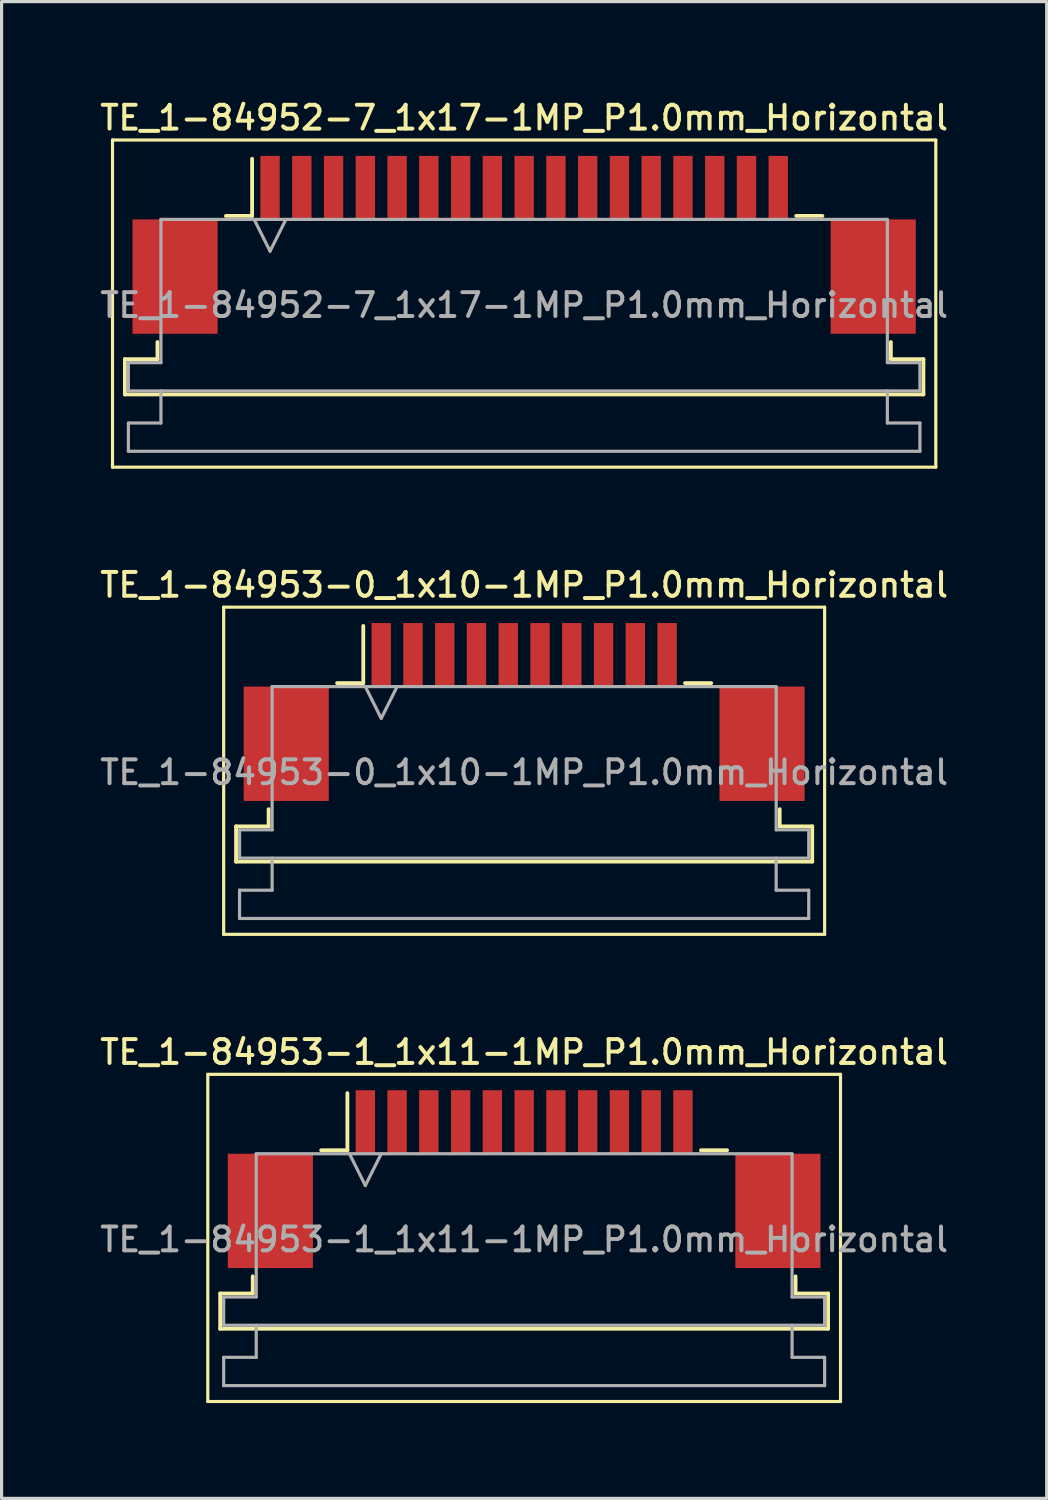
<source format=kicad_pcb>
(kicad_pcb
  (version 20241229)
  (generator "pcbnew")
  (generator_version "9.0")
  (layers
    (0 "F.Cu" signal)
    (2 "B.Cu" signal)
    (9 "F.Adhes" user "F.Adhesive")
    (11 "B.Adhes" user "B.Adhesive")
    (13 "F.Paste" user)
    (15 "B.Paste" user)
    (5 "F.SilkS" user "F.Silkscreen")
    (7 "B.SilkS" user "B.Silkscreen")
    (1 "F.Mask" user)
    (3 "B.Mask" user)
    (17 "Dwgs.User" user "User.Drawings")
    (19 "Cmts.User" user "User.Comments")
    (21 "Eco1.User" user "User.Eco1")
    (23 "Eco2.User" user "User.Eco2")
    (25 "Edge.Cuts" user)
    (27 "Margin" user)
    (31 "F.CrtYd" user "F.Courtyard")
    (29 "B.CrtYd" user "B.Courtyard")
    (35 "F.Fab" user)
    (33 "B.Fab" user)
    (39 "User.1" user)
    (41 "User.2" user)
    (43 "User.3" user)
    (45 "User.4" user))
  (footprint "TE_1-84952-7_1x17-1MP_P1.0mm_Horizontal"
    (layer "F.Cu")
    (at 13.452 4.658)
    (property "Reference" "TE_1-84952-7_1x17-1MP_P1.0mm_Horizontal" (at 0 -4 0) (layer "F.SilkS") (effects (font (size 0.75 0.75) (thickness 0.125))))
    (attr smd)
    (fp_line (start -12.96 -3.3) (end -12.96 7) (stroke (width 0.1) (type solid)) (layer "F.SilkS"))
    (fp_line (start -12.96 7) (end 12.96 7) (stroke (width 0.1) (type solid)) (layer "F.SilkS"))
    (fp_line (start -12.57 3.6) (end -11.545 3.6) (stroke (width 0.12) (type solid)) (layer "F.SilkS"))
    (fp_line (start -12.57 4.71) (end -12.57 3.6) (stroke (width 0.12) (type solid)) (layer "F.SilkS"))
    (fp_line (start -11.545 3.6) (end -11.545 3.06) (stroke (width 0.12) (type solid)) (layer "F.SilkS"))
    (fp_line (start -9.39 -0.91) (end -8.565 -0.91) (stroke (width 0.12) (type solid)) (layer "F.SilkS"))
    (fp_line (start -8.565 -0.91) (end -8.565 -2.71) (stroke (width 0.12) (type solid)) (layer "F.SilkS"))
    (fp_line (start 8.565 -0.91) (end 9.39 -0.91) (stroke (width 0.12) (type solid)) (layer "F.SilkS"))
    (fp_line (start 11.545 3.06) (end 11.545 3.6) (stroke (width 0.12) (type solid)) (layer "F.SilkS"))
    (fp_line (start 11.545 3.6) (end 12.57 3.6) (stroke (width 0.12) (type solid)) (layer "F.SilkS"))
    (fp_line (start 12.57 3.6) (end 12.57 4.71) (stroke (width 0.12) (type solid)) (layer "F.SilkS"))
    (fp_line (start 12.57 4.71) (end -12.57 4.71) (stroke (width 0.12) (type solid)) (layer "F.SilkS"))
    (fp_line (start 12.96 -3.3) (end -12.96 -3.3) (stroke (width 0.1) (type solid)) (layer "F.SilkS"))
    (fp_line (start 12.96 7) (end 12.96 -3.3) (stroke (width 0.1) (type solid)) (layer "F.SilkS"))
    (fp_line (start -12.46 3.71) (end -11.435 3.71) (stroke (width 0.1) (type solid)) (layer "F.Fab"))
    (fp_line (start -12.46 4.6) (end -12.46 3.71) (stroke (width 0.1) (type solid)) (layer "F.Fab"))
    (fp_line (start -12.46 5.61) (end -11.435 5.61) (stroke (width 0.1) (type solid)) (layer "F.Fab"))
    (fp_line (start -12.46 6.5) (end -12.46 5.61) (stroke (width 0.1) (type solid)) (layer "F.Fab"))
    (fp_line (start -11.435 -0.8) (end 11.435 -0.8) (stroke (width 0.1) (type solid)) (layer "F.Fab"))
    (fp_line (start -11.435 3.71) (end -11.435 -0.8) (stroke (width 0.1) (type solid)) (layer "F.Fab"))
    (fp_line (start -11.435 5.61) (end -11.435 4.6) (stroke (width 0.1) (type solid)) (layer "F.Fab"))
    (fp_line (start -8.5 -0.8) (end -8 0.2) (stroke (width 0.1) (type solid)) (layer "F.Fab"))
    (fp_line (start -8 0.2) (end -7.5 -0.8) (stroke (width 0.1) (type solid)) (layer "F.Fab"))
    (fp_line (start 11.435 -0.8) (end 11.435 3.71) (stroke (width 0.1) (type solid)) (layer "F.Fab"))
    (fp_line (start 11.435 3.71) (end 12.46 3.71) (stroke (width 0.1) (type solid)) (layer "F.Fab"))
    (fp_line (start 11.435 4.6) (end 11.435 5.61) (stroke (width 0.1) (type solid)) (layer "F.Fab"))
    (fp_line (start 11.435 5.61) (end 12.46 5.61) (stroke (width 0.1) (type solid)) (layer "F.Fab"))
    (fp_line (start 12.46 3.71) (end 12.46 4.6) (stroke (width 0.1) (type solid)) (layer "F.Fab"))
    (fp_line (start 12.46 4.6) (end -12.46 4.6) (stroke (width 0.1) (type solid)) (layer "F.Fab"))
    (fp_line (start 12.46 5.61) (end 12.46 6.5) (stroke (width 0.1) (type solid)) (layer "F.Fab"))
    (fp_line (start 12.46 6.5) (end -12.46 6.5) (stroke (width 0.1) (type solid)) (layer "F.Fab"))
    (fp_text user "${REFERENCE}" (at 0 1.9 0) (layer "F.Fab") (effects (font (size 0.75 0.75) (thickness 0.125))))
    (pad "1" smd rect (at -8 -1.8) (size 0.61 2) (layers "F.Cu" "F.Mask" "F.Paste"))
    (pad "2" smd rect (at -7 -1.8) (size 0.61 2) (layers "F.Cu" "F.Mask" "F.Paste"))
    (pad "3" smd rect (at -6 -1.8) (size 0.61 2) (layers "F.Cu" "F.Mask" "F.Paste"))
    (pad "4" smd rect (at -5 -1.8) (size 0.61 2) (layers "F.Cu" "F.Mask" "F.Paste"))
    (pad "5" smd rect (at -4 -1.8) (size 0.61 2) (layers "F.Cu" "F.Mask" "F.Paste"))
    (pad "6" smd rect (at -3 -1.8) (size 0.61 2) (layers "F.Cu" "F.Mask" "F.Paste"))
    (pad "7" smd rect (at -2 -1.8) (size 0.61 2) (layers "F.Cu" "F.Mask" "F.Paste"))
    (pad "8" smd rect (at -1 -1.8) (size 0.61 2) (layers "F.Cu" "F.Mask" "F.Paste"))
    (pad "9" smd rect (at 0 -1.8) (size 0.61 2) (layers "F.Cu" "F.Mask" "F.Paste"))
    (pad "10" smd rect (at 1 -1.8) (size 0.61 2) (layers "F.Cu" "F.Mask" "F.Paste"))
    (pad "11" smd rect (at 2 -1.8) (size 0.61 2) (layers "F.Cu" "F.Mask" "F.Paste"))
    (pad "12" smd rect (at 3 -1.8) (size 0.61 2) (layers "F.Cu" "F.Mask" "F.Paste"))
    (pad "13" smd rect (at 4 -1.8) (size 0.61 2) (layers "F.Cu" "F.Mask" "F.Paste"))
    (pad "14" smd rect (at 5 -1.8) (size 0.61 2) (layers "F.Cu" "F.Mask" "F.Paste"))
    (pad "15" smd rect (at 6 -1.8) (size 0.61 2) (layers "F.Cu" "F.Mask" "F.Paste"))
    (pad "16" smd rect (at 7 -1.8) (size 0.61 2) (layers "F.Cu" "F.Mask" "F.Paste"))
    (pad "17" smd rect (at 8 -1.8) (size 0.61 2) (layers "F.Cu" "F.Mask" "F.Paste"))
    (pad "MP" smd rect (at -10.99 1) (size 2.68 3.6) (layers "F.Cu" "F.Mask" "F.Paste"))
    (pad "MP" smd rect (at 10.99 1) (size 2.68 3.6) (layers "F.Cu" "F.Mask" "F.Paste")))
  (footprint "TE_1-84953-1_1x11-1MP_P1.0mm_Horizontal"
    (layer "F.Cu")
    (at 13.452 34.074)
    (property "Reference" "TE_1-84953-1_1x11-1MP_P1.0mm_Horizontal" (at 0 -4 0) (layer "F.SilkS") (effects (font (size 0.75 0.75) (thickness 0.125))))
    (attr smd)
    (fp_line (start -9.96 -3.3) (end -9.96 7) (stroke (width 0.1) (type solid)) (layer "F.SilkS"))
    (fp_line (start -9.96 7) (end 9.96 7) (stroke (width 0.1) (type solid)) (layer "F.SilkS"))
    (fp_line (start -9.57 3.6) (end -8.545 3.6) (stroke (width 0.12) (type solid)) (layer "F.SilkS"))
    (fp_line (start -9.57 4.71) (end -9.57 3.6) (stroke (width 0.12) (type solid)) (layer "F.SilkS"))
    (fp_line (start -8.545 3.6) (end -8.545 3.06) (stroke (width 0.12) (type solid)) (layer "F.SilkS"))
    (fp_line (start -6.39 -0.91) (end -5.565 -0.91) (stroke (width 0.12) (type solid)) (layer "F.SilkS"))
    (fp_line (start -5.565 -0.91) (end -5.565 -2.71) (stroke (width 0.12) (type solid)) (layer "F.SilkS"))
    (fp_line (start 5.565 -0.91) (end 6.39 -0.91) (stroke (width 0.12) (type solid)) (layer "F.SilkS"))
    (fp_line (start 8.545 3.06) (end 8.545 3.6) (stroke (width 0.12) (type solid)) (layer "F.SilkS"))
    (fp_line (start 8.545 3.6) (end 9.57 3.6) (stroke (width 0.12) (type solid)) (layer "F.SilkS"))
    (fp_line (start 9.57 3.6) (end 9.57 4.71) (stroke (width 0.12) (type solid)) (layer "F.SilkS"))
    (fp_line (start 9.57 4.71) (end -9.57 4.71) (stroke (width 0.12) (type solid)) (layer "F.SilkS"))
    (fp_line (start 9.96 -3.3) (end -9.96 -3.3) (stroke (width 0.1) (type solid)) (layer "F.SilkS"))
    (fp_line (start 9.96 7) (end 9.96 -3.3) (stroke (width 0.1) (type solid)) (layer "F.SilkS"))
    (fp_line (start -9.46 3.71) (end -8.435 3.71) (stroke (width 0.1) (type solid)) (layer "F.Fab"))
    (fp_line (start -9.46 4.6) (end -9.46 3.71) (stroke (width 0.1) (type solid)) (layer "F.Fab"))
    (fp_line (start -9.46 5.61) (end -8.435 5.61) (stroke (width 0.1) (type solid)) (layer "F.Fab"))
    (fp_line (start -9.46 6.5) (end -9.46 5.61) (stroke (width 0.1) (type solid)) (layer "F.Fab"))
    (fp_line (start -8.435 -0.8) (end 8.435 -0.8) (stroke (width 0.1) (type solid)) (layer "F.Fab"))
    (fp_line (start -8.435 3.71) (end -8.435 -0.8) (stroke (width 0.1) (type solid)) (layer "F.Fab"))
    (fp_line (start -8.435 5.61) (end -8.435 4.6) (stroke (width 0.1) (type solid)) (layer "F.Fab"))
    (fp_line (start -5.5 -0.8) (end -5 0.2) (stroke (width 0.1) (type solid)) (layer "F.Fab"))
    (fp_line (start -5 0.2) (end -4.5 -0.8) (stroke (width 0.1) (type solid)) (layer "F.Fab"))
    (fp_line (start 8.435 -0.8) (end 8.435 3.71) (stroke (width 0.1) (type solid)) (layer "F.Fab"))
    (fp_line (start 8.435 3.71) (end 9.46 3.71) (stroke (width 0.1) (type solid)) (layer "F.Fab"))
    (fp_line (start 8.435 4.6) (end 8.435 5.61) (stroke (width 0.1) (type solid)) (layer "F.Fab"))
    (fp_line (start 8.435 5.61) (end 9.46 5.61) (stroke (width 0.1) (type solid)) (layer "F.Fab"))
    (fp_line (start 9.46 3.71) (end 9.46 4.6) (stroke (width 0.1) (type solid)) (layer "F.Fab"))
    (fp_line (start 9.46 4.6) (end -9.46 4.6) (stroke (width 0.1) (type solid)) (layer "F.Fab"))
    (fp_line (start 9.46 5.61) (end 9.46 6.5) (stroke (width 0.1) (type solid)) (layer "F.Fab"))
    (fp_line (start 9.46 6.5) (end -9.46 6.5) (stroke (width 0.1) (type solid)) (layer "F.Fab"))
    (fp_text user "${REFERENCE}" (at 0 1.9 0) (layer "F.Fab") (effects (font (size 0.75 0.75) (thickness 0.125))))
    (pad "1" smd rect (at -5 -1.8) (size 0.61 2) (layers "F.Cu" "F.Mask" "F.Paste"))
    (pad "2" smd rect (at -4 -1.8) (size 0.61 2) (layers "F.Cu" "F.Mask" "F.Paste"))
    (pad "3" smd rect (at -3 -1.8) (size 0.61 2) (layers "F.Cu" "F.Mask" "F.Paste"))
    (pad "4" smd rect (at -2 -1.8) (size 0.61 2) (layers "F.Cu" "F.Mask" "F.Paste"))
    (pad "5" smd rect (at -1 -1.8) (size 0.61 2) (layers "F.Cu" "F.Mask" "F.Paste"))
    (pad "6" smd rect (at 0 -1.8) (size 0.61 2) (layers "F.Cu" "F.Mask" "F.Paste"))
    (pad "7" smd rect (at 1 -1.8) (size 0.61 2) (layers "F.Cu" "F.Mask" "F.Paste"))
    (pad "8" smd rect (at 2 -1.8) (size 0.61 2) (layers "F.Cu" "F.Mask" "F.Paste"))
    (pad "9" smd rect (at 3 -1.8) (size 0.61 2) (layers "F.Cu" "F.Mask" "F.Paste"))
    (pad "10" smd rect (at 4 -1.8) (size 0.61 2) (layers "F.Cu" "F.Mask" "F.Paste"))
    (pad "11" smd rect (at 5 -1.8) (size 0.61 2) (layers "F.Cu" "F.Mask" "F.Paste"))
    (pad "MP" smd rect (at -7.99 1) (size 2.68 3.6) (layers "F.Cu" "F.Mask" "F.Paste"))
    (pad "MP" smd rect (at 7.99 1) (size 2.68 3.6) (layers "F.Cu" "F.Mask" "F.Paste")))
  (footprint "TE_1-84953-0_1x10-1MP_P1.0mm_Horizontal"
    (layer "F.Cu")
    (at 13.452 19.366)
    (property "Reference" "TE_1-84953-0_1x10-1MP_P1.0mm_Horizontal" (at 0 -4 0) (layer "F.SilkS") (effects (font (size 0.75 0.75) (thickness 0.125))))
    (attr smd)
    (fp_line (start -9.46 -3.3) (end -9.46 7) (stroke (width 0.1) (type solid)) (layer "F.SilkS"))
    (fp_line (start -9.46 7) (end 9.46 7) (stroke (width 0.1) (type solid)) (layer "F.SilkS"))
    (fp_line (start -9.07 3.6) (end -8.045 3.6) (stroke (width 0.12) (type solid)) (layer "F.SilkS"))
    (fp_line (start -9.07 4.71) (end -9.07 3.6) (stroke (width 0.12) (type solid)) (layer "F.SilkS"))
    (fp_line (start -8.045 3.6) (end -8.045 3.06) (stroke (width 0.12) (type solid)) (layer "F.SilkS"))
    (fp_line (start -5.89 -0.91) (end -5.065 -0.91) (stroke (width 0.12) (type solid)) (layer "F.SilkS"))
    (fp_line (start -5.065 -0.91) (end -5.065 -2.71) (stroke (width 0.12) (type solid)) (layer "F.SilkS"))
    (fp_line (start 5.065 -0.91) (end 5.89 -0.91) (stroke (width 0.12) (type solid)) (layer "F.SilkS"))
    (fp_line (start 8.045 3.06) (end 8.045 3.6) (stroke (width 0.12) (type solid)) (layer "F.SilkS"))
    (fp_line (start 8.045 3.6) (end 9.07 3.6) (stroke (width 0.12) (type solid)) (layer "F.SilkS"))
    (fp_line (start 9.07 3.6) (end 9.07 4.71) (stroke (width 0.12) (type solid)) (layer "F.SilkS"))
    (fp_line (start 9.07 4.71) (end -9.07 4.71) (stroke (width 0.12) (type solid)) (layer "F.SilkS"))
    (fp_line (start 9.46 -3.3) (end -9.46 -3.3) (stroke (width 0.1) (type solid)) (layer "F.SilkS"))
    (fp_line (start 9.46 7) (end 9.46 -3.3) (stroke (width 0.1) (type solid)) (layer "F.SilkS"))
    (fp_line (start -8.96 3.71) (end -7.935 3.71) (stroke (width 0.1) (type solid)) (layer "F.Fab"))
    (fp_line (start -8.96 4.6) (end -8.96 3.71) (stroke (width 0.1) (type solid)) (layer "F.Fab"))
    (fp_line (start -8.96 5.61) (end -7.935 5.61) (stroke (width 0.1) (type solid)) (layer "F.Fab"))
    (fp_line (start -8.96 6.5) (end -8.96 5.61) (stroke (width 0.1) (type solid)) (layer "F.Fab"))
    (fp_line (start -7.935 -0.8) (end 7.935 -0.8) (stroke (width 0.1) (type solid)) (layer "F.Fab"))
    (fp_line (start -7.935 3.71) (end -7.935 -0.8) (stroke (width 0.1) (type solid)) (layer "F.Fab"))
    (fp_line (start -7.935 5.61) (end -7.935 4.6) (stroke (width 0.1) (type solid)) (layer "F.Fab"))
    (fp_line (start -5 -0.8) (end -4.5 0.2) (stroke (width 0.1) (type solid)) (layer "F.Fab"))
    (fp_line (start -4.5 0.2) (end -4 -0.8) (stroke (width 0.1) (type solid)) (layer "F.Fab"))
    (fp_line (start 7.935 -0.8) (end 7.935 3.71) (stroke (width 0.1) (type solid)) (layer "F.Fab"))
    (fp_line (start 7.935 3.71) (end 8.96 3.71) (stroke (width 0.1) (type solid)) (layer "F.Fab"))
    (fp_line (start 7.935 4.6) (end 7.935 5.61) (stroke (width 0.1) (type solid)) (layer "F.Fab"))
    (fp_line (start 7.935 5.61) (end 8.96 5.61) (stroke (width 0.1) (type solid)) (layer "F.Fab"))
    (fp_line (start 8.96 3.71) (end 8.96 4.6) (stroke (width 0.1) (type solid)) (layer "F.Fab"))
    (fp_line (start 8.96 4.6) (end -8.96 4.6) (stroke (width 0.1) (type solid)) (layer "F.Fab"))
    (fp_line (start 8.96 5.61) (end 8.96 6.5) (stroke (width 0.1) (type solid)) (layer "F.Fab"))
    (fp_line (start 8.96 6.5) (end -8.96 6.5) (stroke (width 0.1) (type solid)) (layer "F.Fab"))
    (fp_text user "${REFERENCE}" (at 0 1.9 0) (layer "F.Fab") (effects (font (size 0.75 0.75) (thickness 0.125))))
    (pad "1" smd rect (at -4.5 -1.8) (size 0.61 2) (layers "F.Cu" "F.Mask" "F.Paste"))
    (pad "2" smd rect (at -3.5 -1.8) (size 0.61 2) (layers "F.Cu" "F.Mask" "F.Paste"))
    (pad "3" smd rect (at -2.5 -1.8) (size 0.61 2) (layers "F.Cu" "F.Mask" "F.Paste"))
    (pad "4" smd rect (at -1.5 -1.8) (size 0.61 2) (layers "F.Cu" "F.Mask" "F.Paste"))
    (pad "5" smd rect (at -0.5 -1.8) (size 0.61 2) (layers "F.Cu" "F.Mask" "F.Paste"))
    (pad "6" smd rect (at 0.5 -1.8) (size 0.61 2) (layers "F.Cu" "F.Mask" "F.Paste"))
    (pad "7" smd rect (at 1.5 -1.8) (size 0.61 2) (layers "F.Cu" "F.Mask" "F.Paste"))
    (pad "8" smd rect (at 2.5 -1.8) (size 0.61 2) (layers "F.Cu" "F.Mask" "F.Paste"))
    (pad "9" smd rect (at 3.5 -1.8) (size 0.61 2) (layers "F.Cu" "F.Mask" "F.Paste"))
    (pad "10" smd rect (at 4.5 -1.8) (size 0.61 2) (layers "F.Cu" "F.Mask" "F.Paste"))
    (pad "MP" smd rect (at -7.49 1) (size 2.68 3.6) (layers "F.Cu" "F.Mask" "F.Paste"))
    (pad "MP" smd rect (at 7.49 1) (size 2.68 3.6) (layers "F.Cu" "F.Mask" "F.Paste")))
  (gr_rect
    (start -3 -3)
    (end 29.904 44.124)
    (stroke (width 0.1) (type default))
    (fill no)
    (layer "Edge.Cuts")))
</source>
